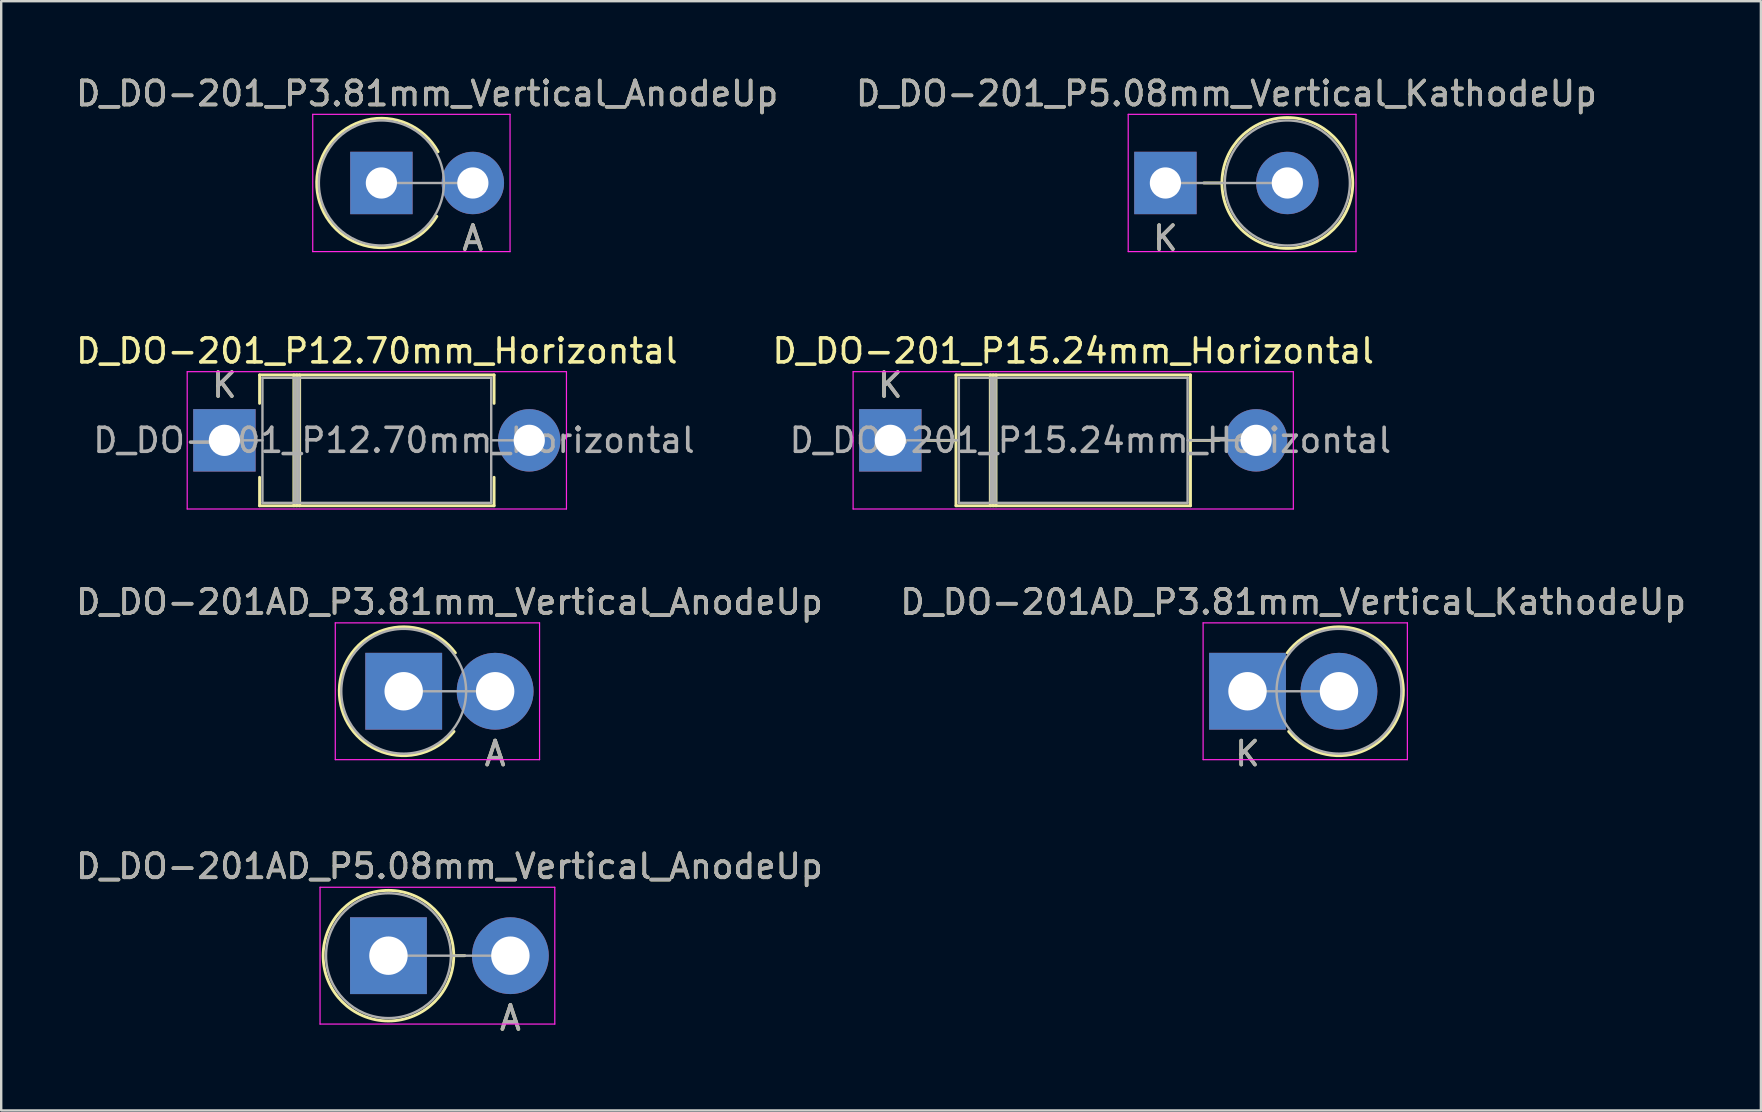
<source format=kicad_pcb>
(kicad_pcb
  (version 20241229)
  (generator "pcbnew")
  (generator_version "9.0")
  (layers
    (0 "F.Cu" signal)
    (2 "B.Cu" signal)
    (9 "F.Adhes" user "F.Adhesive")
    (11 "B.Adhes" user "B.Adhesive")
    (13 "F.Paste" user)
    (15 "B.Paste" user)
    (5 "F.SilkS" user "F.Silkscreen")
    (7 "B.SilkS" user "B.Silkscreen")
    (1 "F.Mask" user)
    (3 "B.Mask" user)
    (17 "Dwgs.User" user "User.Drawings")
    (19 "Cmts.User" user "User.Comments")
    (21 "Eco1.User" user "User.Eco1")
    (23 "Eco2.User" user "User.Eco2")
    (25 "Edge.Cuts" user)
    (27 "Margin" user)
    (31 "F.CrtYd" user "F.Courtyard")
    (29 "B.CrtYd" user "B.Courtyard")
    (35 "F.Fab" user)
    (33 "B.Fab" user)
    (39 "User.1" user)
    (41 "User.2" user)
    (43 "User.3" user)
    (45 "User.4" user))
  (footprint "D_DO-201AD_P3.81mm_Vertical_AnodeUp"
    (layer "F.Cu")
    (at 13.768 25.748)
    (property "Reference" "D_DO-201AD_P3.81mm_Vertical_AnodeUp" (at 1.905 -3.72 0) (layer "F.SilkS") (effects (font (size 1 1) (thickness 0.15))))
    (attr through_hole)
    (fp_arc (start 2.096636 1.675386) (mid -2.683382 -0.047582) (end 2.154716 -1.6) (stroke (width 0.12) (type solid)) (layer "F.SilkS"))
    (fp_line (start -2.85 -2.85) (end -2.85 2.85) (stroke (width 0.05) (type solid)) (layer "F.CrtYd"))
    (fp_line (start -2.85 2.85) (end 5.66 2.85) (stroke (width 0.05) (type solid)) (layer "F.CrtYd"))
    (fp_line (start 5.66 -2.85) (end -2.85 -2.85) (stroke (width 0.05) (type solid)) (layer "F.CrtYd"))
    (fp_line (start 5.66 2.85) (end 5.66 -2.85) (stroke (width 0.05) (type solid)) (layer "F.CrtYd"))
    (fp_line (start 0 0) (end 3.81 0) (stroke (width 0.1) (type solid)) (layer "F.Fab"))
    (fp_circle (center 0 0) (end 2.6 0) (stroke (width 0.1) (type solid)) (fill no) (layer "F.Fab"))
    (fp_text user "A" (at 3.81 2.6 0) (layer "F.SilkS") (effects (font (size 1 1) (thickness 0.15))))
    (fp_text user "A" (at 3.81 2.6 0) (layer "F.Fab") (effects (font (size 1 1) (thickness 0.15))))
    (fp_text user "${REFERENCE}" (at 1.905 -3.72 0) (layer "F.Fab") (effects (font (size 1 1) (thickness 0.15))))
    (pad "1" thru_hole rect (at 0 0) (size 3.2 3.2) (drill 1.6) (layers "*.Cu" "*.Mask"))
    (pad "2" thru_hole oval (at 3.81 0) (size 3.2 3.2) (drill 1.6) (layers "*.Cu" "*.Mask")))
  (footprint "D_DO-201AD_P3.81mm_Vertical_KathodeUp"
    (layer "F.Cu")
    (at 48.922 25.748)
    (property "Reference" "D_DO-201AD_P3.81mm_Vertical_KathodeUp" (at 1.905 -3.72 0) (layer "F.SilkS") (effects (font (size 1 1) (thickness 0.15))))
    (attr through_hole)
    (fp_arc (start 1.655284 -1.6) (mid 6.493382 -0.047582) (end 1.713364 1.675386) (stroke (width 0.12) (type solid)) (layer "F.SilkS"))
    (fp_line (start -1.85 -2.85) (end -1.85 2.85) (stroke (width 0.05) (type solid)) (layer "F.CrtYd"))
    (fp_line (start -1.85 2.85) (end 6.66 2.85) (stroke (width 0.05) (type solid)) (layer "F.CrtYd"))
    (fp_line (start 6.66 -2.85) (end -1.85 -2.85) (stroke (width 0.05) (type solid)) (layer "F.CrtYd"))
    (fp_line (start 6.66 2.85) (end 6.66 -2.85) (stroke (width 0.05) (type solid)) (layer "F.CrtYd"))
    (fp_line (start 0 0) (end 3.81 0) (stroke (width 0.1) (type solid)) (layer "F.Fab"))
    (fp_circle (center 3.81 0) (end 6.41 0) (stroke (width 0.1) (type solid)) (fill no) (layer "F.Fab"))
    (fp_text user "K" (at 0 2.6 0) (layer "F.SilkS") (effects (font (size 1 1) (thickness 0.15))))
    (fp_text user "${REFERENCE}" (at 1.905 -3.72 0) (layer "F.Fab") (effects (font (size 1 1) (thickness 0.15))))
    (fp_text user "K" (at 0 2.6 0) (layer "F.Fab") (effects (font (size 1 1) (thickness 0.15))))
    (pad "1" thru_hole rect (at 0 0) (size 3.2 3.2) (drill 1.6) (layers "*.Cu" "*.Mask"))
    (pad "2" thru_hole oval (at 3.81 0) (size 3.2 3.2) (drill 1.6) (layers "*.Cu" "*.Mask")))
  (footprint "D_DO-201_P5.08mm_Vertical_KathodeUp"
    (layer "F.Cu")
    (at 45.502 4.573)
    (property "Reference" "D_DO-201_P5.08mm_Vertical_KathodeUp" (at 2.54 -3.725 0) (layer "F.SilkS") (effects (font (size 1 1) (thickness 0.15))))
    (attr through_hole)
    (fp_line (start 2.355 0) (end 1.6 0) (stroke (width 0.12) (type solid)) (layer "F.SilkS"))
    (fp_circle (center 5.08 0) (end 7.805 0) (stroke (width 0.12) (type solid)) (fill no) (layer "F.SilkS"))
    (fp_line (start -1.55 -2.86) (end -1.55 2.86) (stroke (width 0.05) (type solid)) (layer "F.CrtYd"))
    (fp_line (start -1.55 2.86) (end 7.94 2.86) (stroke (width 0.05) (type solid)) (layer "F.CrtYd"))
    (fp_line (start 7.94 -2.86) (end -1.55 -2.86) (stroke (width 0.05) (type solid)) (layer "F.CrtYd"))
    (fp_line (start 7.94 2.86) (end 7.94 -2.86) (stroke (width 0.05) (type solid)) (layer "F.CrtYd"))
    (fp_line (start 0 0) (end 5.08 0) (stroke (width 0.1) (type solid)) (layer "F.Fab"))
    (fp_circle (center 5.08 0) (end 7.685 0) (stroke (width 0.1) (type solid)) (fill no) (layer "F.Fab"))
    (fp_text user "K" (at 0 2.3 0) (layer "F.SilkS") (effects (font (size 1 1) (thickness 0.15))))
    (fp_text user "K" (at 0 2.3 0) (layer "F.Fab") (effects (font (size 1 1) (thickness 0.15))))
    (fp_text user "${REFERENCE}" (at 2.54 -3.725 0) (layer "F.Fab") (effects (font (size 1 1) (thickness 0.15))))
    (pad "1" thru_hole rect (at 0 0) (size 2.6 2.6) (drill 1.3) (layers "*.Cu" "*.Mask"))
    (pad "2" thru_hole oval (at 5.08 0) (size 2.6 2.6) (drill 1.3) (layers "*.Cu" "*.Mask")))
  (footprint "D_DO-201AD_P5.08mm_Vertical_AnodeUp"
    (layer "F.Cu")
    (at 13.133 36.764)
    (property "Reference" "D_DO-201AD_P5.08mm_Vertical_AnodeUp" (at 2.54 -3.72 0) (layer "F.SilkS") (effects (font (size 1 1) (thickness 0.15))))
    (attr through_hole)
    (fp_line (start 2.72 0) (end 3.18 0) (stroke (width 0.12) (type solid)) (layer "F.SilkS"))
    (fp_circle (center 0 0) (end 2.72 0) (stroke (width 0.12) (type solid)) (fill no) (layer "F.SilkS"))
    (fp_line (start -2.85 -2.85) (end -2.85 2.85) (stroke (width 0.05) (type solid)) (layer "F.CrtYd"))
    (fp_line (start -2.85 2.85) (end 6.93 2.85) (stroke (width 0.05) (type solid)) (layer "F.CrtYd"))
    (fp_line (start 6.93 -2.85) (end -2.85 -2.85) (stroke (width 0.05) (type solid)) (layer "F.CrtYd"))
    (fp_line (start 6.93 2.85) (end 6.93 -2.85) (stroke (width 0.05) (type solid)) (layer "F.CrtYd"))
    (fp_line (start 0 0) (end 5.08 0) (stroke (width 0.1) (type solid)) (layer "F.Fab"))
    (fp_circle (center 0 0) (end 2.6 0) (stroke (width 0.1) (type solid)) (fill no) (layer "F.Fab"))
    (fp_text user "A" (at 5.08 2.6 0) (layer "F.SilkS") (effects (font (size 1 1) (thickness 0.15))))
    (fp_text user "${REFERENCE}" (at 2.54 -3.72 0) (layer "F.Fab") (effects (font (size 1 1) (thickness 0.15))))
    (fp_text user "A" (at 5.08 2.6 0) (layer "F.Fab") (effects (font (size 1 1) (thickness 0.15))))
    (pad "1" thru_hole rect (at 0 0) (size 3.2 3.2) (drill 1.6) (layers "*.Cu" "*.Mask"))
    (pad "2" thru_hole oval (at 5.08 0) (size 3.2 3.2) (drill 1.6) (layers "*.Cu" "*.Mask")))
  (footprint "D_DO-201_P15.24mm_Horizontal"
    (layer "F.Cu")
    (at 34.041 15.295)
    (property "Reference" "D_DO-201_P15.24mm_Horizontal" (at 7.62 -3.725 0) (layer "F.SilkS") (effects (font (size 1 1) (thickness 0.15))))
    (attr through_hole)
    (fp_line (start 1.54 0) (end 2.735 0) (stroke (width 0.12) (type solid)) (layer "F.SilkS"))
    (fp_line (start 2.735 -2.725) (end 2.735 2.725) (stroke (width 0.12) (type solid)) (layer "F.SilkS"))
    (fp_line (start 2.735 2.725) (end 12.505 2.725) (stroke (width 0.12) (type solid)) (layer "F.SilkS"))
    (fp_line (start 4.165 -2.725) (end 4.165 2.725) (stroke (width 0.12) (type solid)) (layer "F.SilkS"))
    (fp_line (start 4.285 -2.725) (end 4.285 2.725) (stroke (width 0.12) (type solid)) (layer "F.SilkS"))
    (fp_line (start 4.404 -2.725) (end 4.404 2.725) (stroke (width 0.12) (type solid)) (layer "F.SilkS"))
    (fp_line (start 12.505 -2.725) (end 2.735 -2.725) (stroke (width 0.12) (type solid)) (layer "F.SilkS"))
    (fp_line (start 12.505 2.725) (end 12.505 -2.725) (stroke (width 0.12) (type solid)) (layer "F.SilkS"))
    (fp_line (start 13.7 0) (end 12.505 0) (stroke (width 0.12) (type solid)) (layer "F.SilkS"))
    (fp_line (start -1.55 -2.86) (end -1.55 2.86) (stroke (width 0.05) (type solid)) (layer "F.CrtYd"))
    (fp_line (start -1.55 2.86) (end 16.79 2.86) (stroke (width 0.05) (type solid)) (layer "F.CrtYd"))
    (fp_line (start 16.79 -2.86) (end -1.55 -2.86) (stroke (width 0.05) (type solid)) (layer "F.CrtYd"))
    (fp_line (start 16.79 2.86) (end 16.79 -2.86) (stroke (width 0.05) (type solid)) (layer "F.CrtYd"))
    (fp_line (start 0 0) (end 2.855 0) (stroke (width 0.1) (type solid)) (layer "F.Fab"))
    (fp_line (start 2.855 -2.605) (end 2.855 2.605) (stroke (width 0.1) (type solid)) (layer "F.Fab"))
    (fp_line (start 2.855 2.605) (end 12.385 2.605) (stroke (width 0.1) (type solid)) (layer "F.Fab"))
    (fp_line (start 4.184 -2.605) (end 4.184 2.605) (stroke (width 0.1) (type solid)) (layer "F.Fab"))
    (fp_line (start 4.285 -2.605) (end 4.285 2.605) (stroke (width 0.1) (type solid)) (layer "F.Fab"))
    (fp_line (start 4.385 -2.605) (end 4.385 2.605) (stroke (width 0.1) (type solid)) (layer "F.Fab"))
    (fp_line (start 12.385 -2.605) (end 2.855 -2.605) (stroke (width 0.1) (type solid)) (layer "F.Fab"))
    (fp_line (start 12.385 2.605) (end 12.385 -2.605) (stroke (width 0.1) (type solid)) (layer "F.Fab"))
    (fp_line (start 15.24 0) (end 12.385 0) (stroke (width 0.1) (type solid)) (layer "F.Fab"))
    (fp_text user "K" (at 0 -2.3 0) (layer "F.SilkS") (effects (font (size 1 1) (thickness 0.15))))
    (fp_text user "${REFERENCE}" (at 8.335 0 0) (layer "F.Fab") (effects (font (size 1 1) (thickness 0.15))))
    (fp_text user "K" (at 0 -2.3 0) (layer "F.Fab") (effects (font (size 1 1) (thickness 0.15))))
    (pad "1" thru_hole rect (at 0 0) (size 2.6 2.6) (drill 1.3) (layers "*.Cu" "*.Mask"))
    (pad "2" thru_hole oval (at 15.24 0) (size 2.6 2.6) (drill 1.3) (layers "*.Cu" "*.Mask")))
  (footprint "D_DO-201_P12.70mm_Horizontal"
    (layer "F.Cu")
    (at 6.299 15.295)
    (property "Reference" "D_DO-201_P12.70mm_Horizontal" (at 6.35 -3.725 0) (layer "F.SilkS") (effects (font (size 1 1) (thickness 0.15))))
    (attr through_hole)
    (fp_line (start 1.465 -2.725) (end 11.235 -2.725) (stroke (width 0.12) (type solid)) (layer "F.SilkS"))
    (fp_line (start 1.465 -1.54) (end 1.465 -2.725) (stroke (width 0.12) (type solid)) (layer "F.SilkS"))
    (fp_line (start 1.465 1.54) (end 1.465 2.725) (stroke (width 0.12) (type solid)) (layer "F.SilkS"))
    (fp_line (start 1.465 2.725) (end 11.235 2.725) (stroke (width 0.12) (type solid)) (layer "F.SilkS"))
    (fp_line (start 2.894 -2.725) (end 2.894 2.725) (stroke (width 0.12) (type solid)) (layer "F.SilkS"))
    (fp_line (start 3.014 -2.725) (end 3.014 2.725) (stroke (width 0.12) (type solid)) (layer "F.SilkS"))
    (fp_line (start 3.135 -2.725) (end 3.135 2.725) (stroke (width 0.12) (type solid)) (layer "F.SilkS"))
    (fp_line (start 11.235 -2.725) (end 11.235 -1.54) (stroke (width 0.12) (type solid)) (layer "F.SilkS"))
    (fp_line (start 11.235 2.725) (end 11.235 1.54) (stroke (width 0.12) (type solid)) (layer "F.SilkS"))
    (fp_line (start -1.55 -2.86) (end -1.55 2.86) (stroke (width 0.05) (type solid)) (layer "F.CrtYd"))
    (fp_line (start -1.55 2.86) (end 14.25 2.86) (stroke (width 0.05) (type solid)) (layer "F.CrtYd"))
    (fp_line (start 14.25 -2.86) (end -1.55 -2.86) (stroke (width 0.05) (type solid)) (layer "F.CrtYd"))
    (fp_line (start 14.25 2.86) (end 14.25 -2.86) (stroke (width 0.05) (type solid)) (layer "F.CrtYd"))
    (fp_line (start 0 0) (end 1.585 0) (stroke (width 0.1) (type solid)) (layer "F.Fab"))
    (fp_line (start 1.585 -2.605) (end 1.585 2.605) (stroke (width 0.1) (type solid)) (layer "F.Fab"))
    (fp_line (start 1.585 2.605) (end 11.115 2.605) (stroke (width 0.1) (type solid)) (layer "F.Fab"))
    (fp_line (start 2.914 -2.605) (end 2.914 2.605) (stroke (width 0.1) (type solid)) (layer "F.Fab"))
    (fp_line (start 3.014 -2.605) (end 3.014 2.605) (stroke (width 0.1) (type solid)) (layer "F.Fab"))
    (fp_line (start 3.115 -2.605) (end 3.115 2.605) (stroke (width 0.1) (type solid)) (layer "F.Fab"))
    (fp_line (start 11.115 -2.605) (end 1.585 -2.605) (stroke (width 0.1) (type solid)) (layer "F.Fab"))
    (fp_line (start 11.115 2.605) (end 11.115 -2.605) (stroke (width 0.1) (type solid)) (layer "F.Fab"))
    (fp_line (start 12.7 0) (end 11.115 0) (stroke (width 0.1) (type solid)) (layer "F.Fab"))
    (fp_text user "K" (at 0 -2.3 0) (layer "F.SilkS") (effects (font (size 1 1) (thickness 0.15))))
    (fp_text user "K" (at 0 -2.3 0) (layer "F.Fab") (effects (font (size 1 1) (thickness 0.15))))
    (fp_text user "${REFERENCE}" (at 7.065 0 0) (layer "F.Fab") (effects (font (size 1 1) (thickness 0.15))))
    (pad "1" thru_hole rect (at 0 0) (size 2.6 2.6) (drill 1.3) (layers "*.Cu" "*.Mask"))
    (pad "2" thru_hole oval (at 12.7 0) (size 2.6 2.6) (drill 1.3) (layers "*.Cu" "*.Mask")))
  (footprint "D_DO-201_P3.81mm_Vertical_AnodeUp"
    (layer "F.Cu")
    (at 12.839 4.573)
    (property "Reference" "D_DO-201_P3.81mm_Vertical_AnodeUp" (at 1.905 -3.725 0) (layer "F.SilkS") (effects (font (size 1 1) (thickness 0.15))))
    (attr through_hole)
    (fp_arc (start 2.30942 1.390181) (mid -2.695054 -0.052035) (end 2.361361 -1.3) (stroke (width 0.12) (type solid)) (layer "F.SilkS"))
    (fp_line (start -2.86 -2.86) (end -2.86 2.86) (stroke (width 0.05) (type solid)) (layer "F.CrtYd"))
    (fp_line (start -2.86 2.86) (end 5.36 2.86) (stroke (width 0.05) (type solid)) (layer "F.CrtYd"))
    (fp_line (start 5.36 -2.86) (end -2.86 -2.86) (stroke (width 0.05) (type solid)) (layer "F.CrtYd"))
    (fp_line (start 5.36 2.86) (end 5.36 -2.86) (stroke (width 0.05) (type solid)) (layer "F.CrtYd"))
    (fp_line (start 0 0) (end 3.81 0) (stroke (width 0.1) (type solid)) (layer "F.Fab"))
    (fp_circle (center 0 0) (end 2.605 0) (stroke (width 0.1) (type solid)) (fill no) (layer "F.Fab"))
    (fp_text user "A" (at 3.81 2.3 0) (layer "F.SilkS") (effects (font (size 1 1) (thickness 0.15))))
    (fp_text user "${REFERENCE}" (at 1.905 -3.725 0) (layer "F.Fab") (effects (font (size 1 1) (thickness 0.15))))
    (fp_text user "A" (at 3.81 2.3 0) (layer "F.Fab") (effects (font (size 1 1) (thickness 0.15))))
    (pad "1" thru_hole rect (at 0 0) (size 2.6 2.6) (drill 1.3) (layers "*.Cu" "*.Mask"))
    (pad "2" thru_hole oval (at 3.81 0) (size 2.6 2.6) (drill 1.3) (layers "*.Cu" "*.Mask")))
  (gr_rect
    (start -3 -3)
    (end 70.31 43.213)
    (stroke (width 0.1) (type default))
    (fill no)
    (layer "Edge.Cuts")))
</source>
